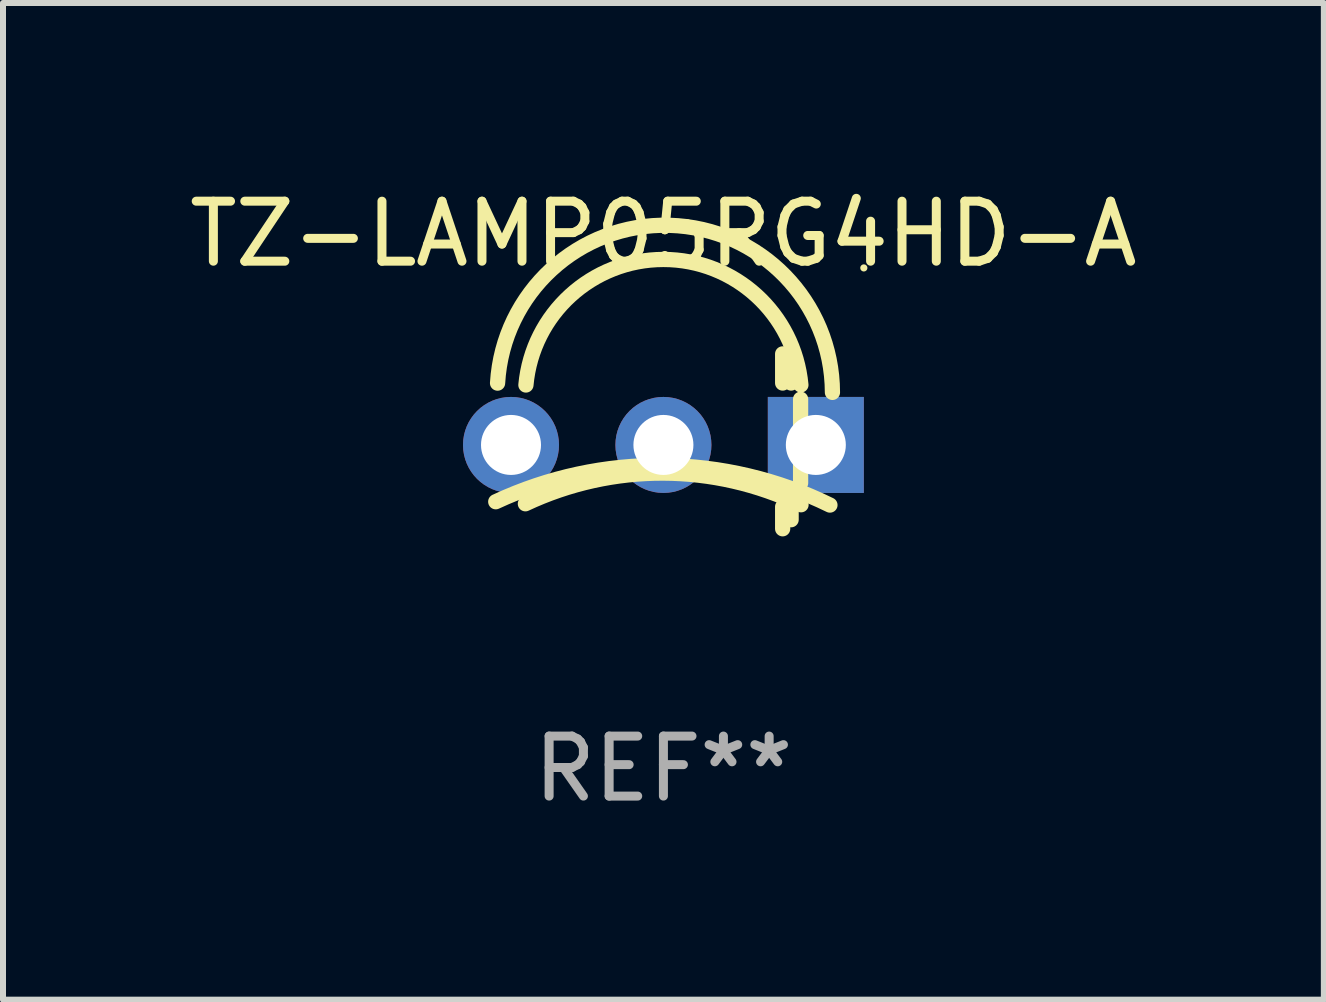
<source format=kicad_pcb>
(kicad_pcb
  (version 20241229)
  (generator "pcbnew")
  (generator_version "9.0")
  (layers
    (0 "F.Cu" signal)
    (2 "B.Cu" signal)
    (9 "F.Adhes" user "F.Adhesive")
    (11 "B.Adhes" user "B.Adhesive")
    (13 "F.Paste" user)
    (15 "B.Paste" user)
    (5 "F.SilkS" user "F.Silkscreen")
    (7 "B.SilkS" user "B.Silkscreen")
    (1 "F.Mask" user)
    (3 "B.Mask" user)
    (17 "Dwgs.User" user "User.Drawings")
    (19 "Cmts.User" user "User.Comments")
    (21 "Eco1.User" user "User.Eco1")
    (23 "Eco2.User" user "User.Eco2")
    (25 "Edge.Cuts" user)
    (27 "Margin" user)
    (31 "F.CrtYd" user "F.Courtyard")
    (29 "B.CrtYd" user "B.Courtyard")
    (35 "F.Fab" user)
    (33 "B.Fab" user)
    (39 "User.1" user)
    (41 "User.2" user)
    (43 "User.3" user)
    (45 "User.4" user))
  (footprint "TZ-LAMP05RG4HD-A"
    (layer "F.Cu")
    (at 8.006 4.305)
    (property "Reference" "TZ-LAMP05RG4HD-A" (at 0 -3.457 0) (layer "F.SilkS") (effects (font (size 1 1) (thickness 0.15))))
    (attr through_hole)
    (fp_line (start 1.987 -1.457) (end 1.987 -0.972) (stroke (width 0.254) (type solid)) (layer "F.SilkS"))
    (fp_line (start 1.987 1.091) (end 1.987 1.457) (stroke (width 0.254) (type solid)) (layer "F.SilkS"))
    (fp_line (start 2.128 -1.252) (end 2.128 -0.972) (stroke (width 0.254) (type solid)) (layer "F.SilkS"))
    (fp_line (start 2.128 1.091) (end 2.128 1.306) (stroke (width 0.254) (type solid)) (layer "F.SilkS"))
    (fp_line (start 2.286 -0.702) (end 2.286 0.695) (stroke (width 0.254) (type solid)) (layer "F.SilkS"))
    (fp_arc (start -2.79431 1.00635) (mid -0.003401 0.402194) (end 2.774956 1.061671) (stroke (width 0.254001) (type solid)) (layer "F.SilkS"))
    (fp_arc (start -2.764008 -0.970256) (mid 0.101321 -3.600361) (end 2.816739 -0.815748) (stroke (width 0.254001) (type solid)) (layer "F.SilkS"))
    (fp_arc (start -2.300305 1.040208) (mid -0.001691 0.529517) (end 2.293193 1.056718) (stroke (width 0.254001) (type solid)) (layer "F.SilkS"))
    (fp_arc (start -2.291543 -0.938963) (mid -0.000907 -3.03144) (end 2.290958 -0.94031) (stroke (width 0.254001) (type solid)) (layer "F.SilkS"))
    (fp_circle (center 3.34 -2.89) (end 3.37 -2.89) (stroke (width 0.06) (type solid)) (fill no) (layer "F.SilkS"))
    (fp_text user "REF**" (at 0 5.457 0) (layer "F.Fab") (effects (font (size 1 1) (thickness 0.15))))
    (pad "1" thru_hole rect (at 2.54 0.06) (size 1.6 1.6) (drill 1) (layers "*.Cu" "*.Mask"))
    (pad "2" thru_hole circle (at 0 0.06) (size 1.6 1.6) (drill 1) (layers "*.Cu" "*.Mask"))
    (pad "3" thru_hole circle (at -2.54 0.06) (size 1.6 1.6) (drill 1) (layers "*.Cu" "*.Mask")))
  (gr_rect
    (start -3 -3)
    (end 19.012 13.61)
    (stroke (width 0.1) (type default))
    (fill no)
    (layer "Edge.Cuts")))
</source>
